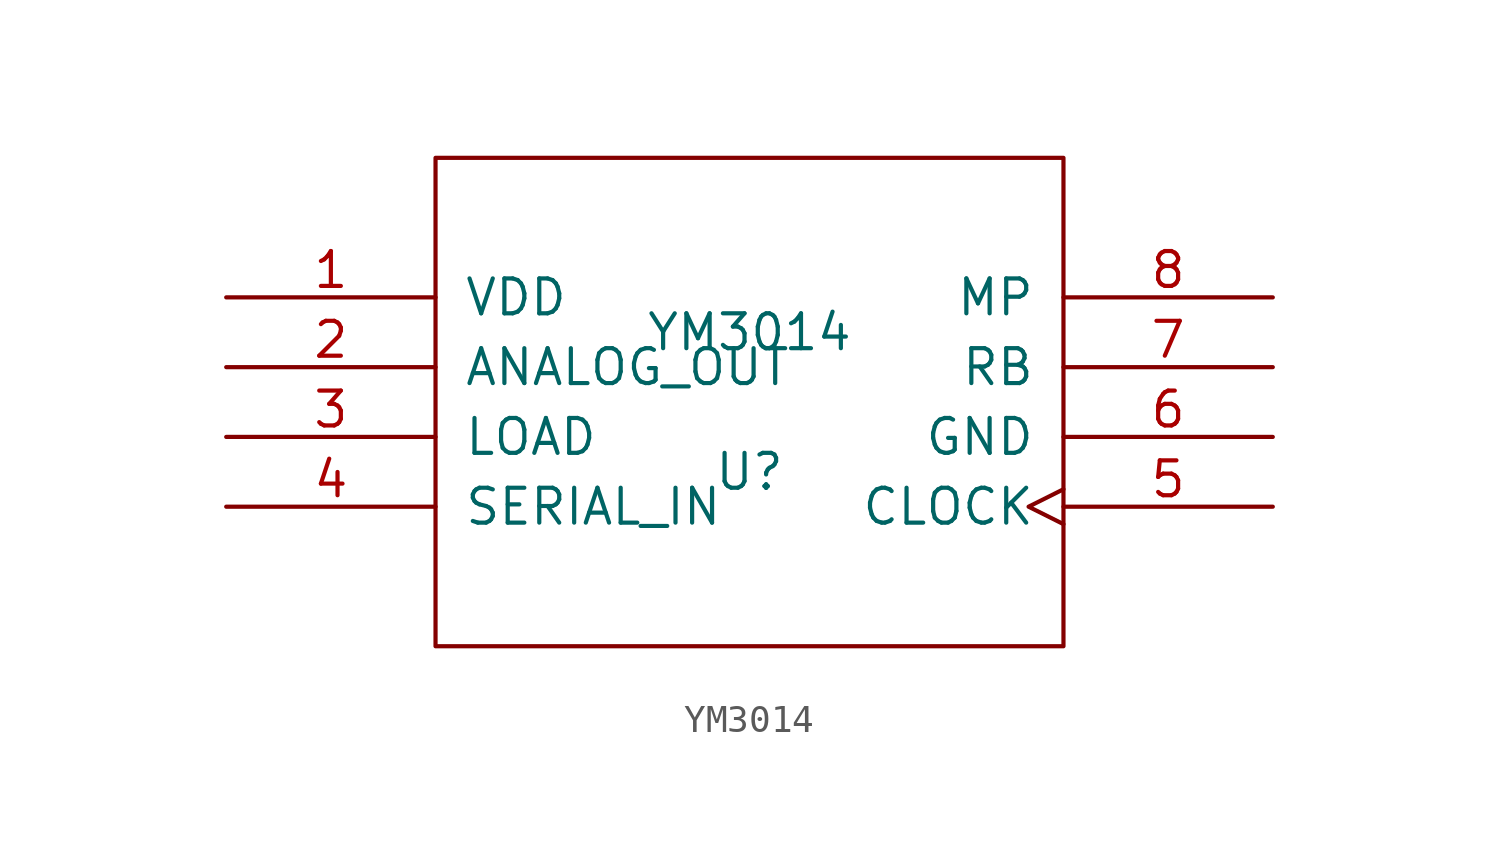
<source format=kicad_sym>
(kicad_symbol_lib
  (version 20231120)
  (generator "kicad_symbol_editor")
  (generator_version "8.0")
  (symbol "YM3014"
    (pin_names
      (offset 1.016))
    (property "Reference" "U"
      (at 0 -2.54 0)
      (effects (font (size 1.27 1.27))))
    (property "Value" "YM3014"
      (at 0 2.54 0)
      (effects (font (size 1.27 1.27))))
    (symbol "YM3014_1_0"
      (rectangle (start -11.43 -8.89) (end 11.43 8.89) (stroke (width 0) (type solid)) (fill (type none))))
    (symbol "YM3014_1_1"
      (pin power_in line (at -19.05 3.81 0) (length 7.62) (name "VDD" (effects (font (size 1.27 1.27)))) (number "1" (effects (font (size 1.27 1.27)))))
      (pin output line (at -19.05 1.27 0) (length 7.62) (name "ANALOG_OUT" (effects (font (size 1.27 1.27)))) (number "2" (effects (font (size 1.27 1.27)))))
      (pin input line (at -19.05 -1.27 0) (length 7.62) (name "LOAD" (effects (font (size 1.27 1.27)))) (number "3" (effects (font (size 1.27 1.27)))))
      (pin input line (at -19.05 -3.81 0) (length 7.62) (name "SERIAL_IN" (effects (font (size 1.27 1.27)))) (number "4" (effects (font (size 1.27 1.27)))))
      (pin input clock (at 19.05 -3.81 180) (length 7.62) (name "CLOCK" (effects (font (size 1.27 1.27)))) (number "5" (effects (font (size 1.27 1.27)))))
      (pin power_in line (at 19.05 -1.27 180) (length 7.62) (name "GND" (effects (font (size 1.27 1.27)))) (number "6" (effects (font (size 1.27 1.27)))))
      (pin output line (at 19.05 1.27 180) (length 7.62) (name "RB" (effects (font (size 1.27 1.27)))) (number "7" (effects (font (size 1.27 1.27)))))
      (pin input line (at 19.05 3.81 180) (length 7.62) (name "MP" (effects (font (size 1.27 1.27)))) (number "8" (effects (font (size 1.27 1.27))))))))
</source>
